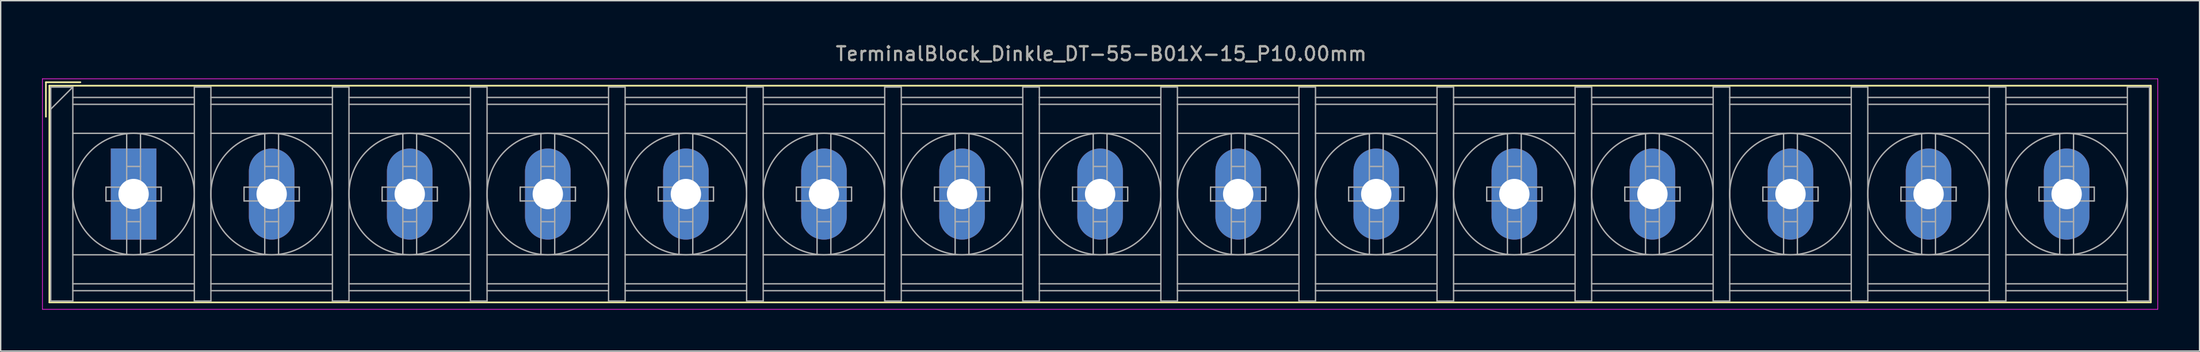
<source format=kicad_pcb>
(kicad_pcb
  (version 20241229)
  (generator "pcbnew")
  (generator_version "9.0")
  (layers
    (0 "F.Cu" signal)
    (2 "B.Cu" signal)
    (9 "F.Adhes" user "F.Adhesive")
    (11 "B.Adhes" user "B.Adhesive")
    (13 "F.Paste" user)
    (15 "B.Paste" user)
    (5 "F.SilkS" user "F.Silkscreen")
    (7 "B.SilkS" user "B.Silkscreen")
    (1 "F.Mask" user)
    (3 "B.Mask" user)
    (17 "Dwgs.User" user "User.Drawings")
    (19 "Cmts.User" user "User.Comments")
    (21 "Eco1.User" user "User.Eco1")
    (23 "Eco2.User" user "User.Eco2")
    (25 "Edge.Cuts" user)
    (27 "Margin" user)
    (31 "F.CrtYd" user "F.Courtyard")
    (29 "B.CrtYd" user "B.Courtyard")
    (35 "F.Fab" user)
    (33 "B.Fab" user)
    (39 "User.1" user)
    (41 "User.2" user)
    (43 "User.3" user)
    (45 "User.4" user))
  (footprint "TerminalBlock_Dinkle_DT-55-B01X-15_P10.00mm"
    (layer "F.Cu")
    (at 6.625 11.008)
    (property "Reference" "TerminalBlock_Dinkle_DT-55-B01X-15_P10.00mm" (at 70.08 -10.16 0) (layer "F.SilkS") (effects (font (size 1 1) (thickness 0.15))))
    (attr through_hole)
    (fp_line (start -6.35 -8.1) (end -3.85 -8.1) (stroke (width 0.12) (type solid)) (layer "F.SilkS"))
    (fp_line (start -6.35 -5.6) (end -6.35 -8.1) (stroke (width 0.12) (type solid)) (layer "F.SilkS"))
    (fp_line (start -6.1 -7.85) (end 146.1 -7.85) (stroke (width 0.12) (type solid)) (layer "F.SilkS"))
    (fp_line (start -6.1 7.85) (end -6.1 -7.85) (stroke (width 0.12) (type solid)) (layer "F.SilkS"))
    (fp_line (start -6.1 7.85) (end 146.1 7.85) (stroke (width 0.12) (type solid)) (layer "F.SilkS"))
    (fp_line (start 146.1 -7.85) (end 146.1 7.85) (stroke (width 0.12) (type solid)) (layer "F.SilkS"))
    (fp_line (start -6.6 -8.35) (end 146.6 -8.35) (stroke (width 0.05) (type solid)) (layer "F.CrtYd"))
    (fp_line (start -6.6 8.35) (end -6.6 -8.35) (stroke (width 0.05) (type solid)) (layer "F.CrtYd"))
    (fp_line (start -6.6 8.35) (end 146.6 8.35) (stroke (width 0.05) (type solid)) (layer "F.CrtYd"))
    (fp_line (start 146.6 -8.35) (end 146.6 8.35) (stroke (width 0.05) (type solid)) (layer "F.CrtYd"))
    (fp_line (start -6 -7.75) (end -6 7.75) (stroke (width 0.1) (type solid)) (layer "F.Fab"))
    (fp_line (start -6 -7.75) (end -4.4 -7.75) (stroke (width 0.1) (type solid)) (layer "F.Fab"))
    (fp_line (start -6 7.75) (end -4.4 7.75) (stroke (width 0.1) (type solid)) (layer "F.Fab"))
    (fp_line (start -4.4 -7.75) (end -6 -6.15) (stroke (width 0.1) (type solid)) (layer "F.Fab"))
    (fp_line (start -4.4 -7.75) (end -4.4 7.75) (stroke (width 0.1) (type solid)) (layer "F.Fab"))
    (fp_line (start -4.4 -7) (end 4.4 -7) (stroke (width 0.1) (type solid)) (layer "F.Fab"))
    (fp_line (start -4.4 -6.5) (end 4.4 -6.5) (stroke (width 0.1) (type solid)) (layer "F.Fab"))
    (fp_line (start -4.4 -4.4) (end 4.4 -4.4) (stroke (width 0.1) (type solid)) (layer "F.Fab"))
    (fp_line (start -4.4 4.4) (end 4.4 4.4) (stroke (width 0.1) (type solid)) (layer "F.Fab"))
    (fp_line (start -4.4 6.5) (end 4.4 6.5) (stroke (width 0.1) (type solid)) (layer "F.Fab"))
    (fp_line (start -4.4 7) (end 4.4 7) (stroke (width 0.1) (type solid)) (layer "F.Fab"))
    (fp_line (start -2 -0.5) (end -2 0.5) (stroke (width 0.1) (type solid)) (layer "F.Fab"))
    (fp_line (start -2 0.5) (end -0.5 0.5) (stroke (width 0.1) (type solid)) (layer "F.Fab"))
    (fp_line (start -0.5 -4.35) (end -0.5 -0.5) (stroke (width 0.1) (type solid)) (layer "F.Fab"))
    (fp_line (start -0.5 -2) (end 0.5 -2) (stroke (width 0.1) (type solid)) (layer "F.Fab"))
    (fp_line (start -0.5 -0.5) (end -2 -0.5) (stroke (width 0.1) (type solid)) (layer "F.Fab"))
    (fp_line (start -0.5 0.5) (end -0.5 4.35) (stroke (width 0.1) (type solid)) (layer "F.Fab"))
    (fp_line (start -0.5 2) (end 0.5 2) (stroke (width 0.1) (type solid)) (layer "F.Fab"))
    (fp_line (start 0.5 -4.35) (end 0.5 -0.5) (stroke (width 0.1) (type solid)) (layer "F.Fab"))
    (fp_line (start 0.5 -0.5) (end 2 -0.5) (stroke (width 0.1) (type solid)) (layer "F.Fab"))
    (fp_line (start 0.5 0.5) (end 0.5 4.35) (stroke (width 0.1) (type solid)) (layer "F.Fab"))
    (fp_line (start 2 -0.5) (end 2 0.5) (stroke (width 0.1) (type solid)) (layer "F.Fab"))
    (fp_line (start 2 0.5) (end 0.5 0.5) (stroke (width 0.1) (type solid)) (layer "F.Fab"))
    (fp_line (start 4.4 -7.75) (end 4.4 7.75) (stroke (width 0.1) (type solid)) (layer "F.Fab"))
    (fp_line (start 4.4 -7.75) (end 5.6 -7.75) (stroke (width 0.1) (type solid)) (layer "F.Fab"))
    (fp_line (start 4.4 7.75) (end 5.6 7.75) (stroke (width 0.1) (type solid)) (layer "F.Fab"))
    (fp_line (start 5.6 -7.75) (end 5.6 7.75) (stroke (width 0.1) (type solid)) (layer "F.Fab"))
    (fp_line (start 5.6 -7) (end 14.4 -7) (stroke (width 0.1) (type solid)) (layer "F.Fab"))
    (fp_line (start 5.6 -6.5) (end 14.4 -6.5) (stroke (width 0.1) (type solid)) (layer "F.Fab"))
    (fp_line (start 5.6 -4.4) (end 14.4 -4.4) (stroke (width 0.1) (type solid)) (layer "F.Fab"))
    (fp_line (start 5.6 4.4) (end 14.4 4.4) (stroke (width 0.1) (type solid)) (layer "F.Fab"))
    (fp_line (start 5.6 6.5) (end 14.4 6.5) (stroke (width 0.1) (type solid)) (layer "F.Fab"))
    (fp_line (start 5.6 7) (end 14.4 7) (stroke (width 0.1) (type solid)) (layer "F.Fab"))
    (fp_line (start 8 -0.5) (end 8 0.5) (stroke (width 0.1) (type solid)) (layer "F.Fab"))
    (fp_line (start 8 0.5) (end 9.5 0.5) (stroke (width 0.1) (type solid)) (layer "F.Fab"))
    (fp_line (start 9.5 -4.35) (end 9.5 -0.5) (stroke (width 0.1) (type solid)) (layer "F.Fab"))
    (fp_line (start 9.5 -2) (end 10.5 -2) (stroke (width 0.1) (type solid)) (layer "F.Fab"))
    (fp_line (start 9.5 -0.5) (end 8 -0.5) (stroke (width 0.1) (type solid)) (layer "F.Fab"))
    (fp_line (start 9.5 0.5) (end 9.5 4.35) (stroke (width 0.1) (type solid)) (layer "F.Fab"))
    (fp_line (start 9.5 2) (end 10.5 2) (stroke (width 0.1) (type solid)) (layer "F.Fab"))
    (fp_line (start 10.5 -4.35) (end 10.5 -0.5) (stroke (width 0.1) (type solid)) (layer "F.Fab"))
    (fp_line (start 10.5 -0.5) (end 12 -0.5) (stroke (width 0.1) (type solid)) (layer "F.Fab"))
    (fp_line (start 10.5 0.5) (end 10.5 4.35) (stroke (width 0.1) (type solid)) (layer "F.Fab"))
    (fp_line (start 12 -0.5) (end 12 0.5) (stroke (width 0.1) (type solid)) (layer "F.Fab"))
    (fp_line (start 12 0.5) (end 10.5 0.5) (stroke (width 0.1) (type solid)) (layer "F.Fab"))
    (fp_line (start 14.4 -7.75) (end 14.4 7.75) (stroke (width 0.1) (type solid)) (layer "F.Fab"))
    (fp_line (start 14.4 -7.75) (end 15.6 -7.75) (stroke (width 0.1) (type solid)) (layer "F.Fab"))
    (fp_line (start 14.4 7.75) (end 15.6 7.75) (stroke (width 0.1) (type solid)) (layer "F.Fab"))
    (fp_line (start 15.6 -7.75) (end 15.6 7.75) (stroke (width 0.1) (type solid)) (layer "F.Fab"))
    (fp_line (start 15.6 -7) (end 24.4 -7) (stroke (width 0.1) (type solid)) (layer "F.Fab"))
    (fp_line (start 15.6 -6.5) (end 24.4 -6.5) (stroke (width 0.1) (type solid)) (layer "F.Fab"))
    (fp_line (start 15.6 -4.4) (end 24.4 -4.4) (stroke (width 0.1) (type solid)) (layer "F.Fab"))
    (fp_line (start 15.6 4.4) (end 24.4 4.4) (stroke (width 0.1) (type solid)) (layer "F.Fab"))
    (fp_line (start 15.6 6.5) (end 24.4 6.5) (stroke (width 0.1) (type solid)) (layer "F.Fab"))
    (fp_line (start 15.6 7) (end 24.4 7) (stroke (width 0.1) (type solid)) (layer "F.Fab"))
    (fp_line (start 18 -0.5) (end 18 0.5) (stroke (width 0.1) (type solid)) (layer "F.Fab"))
    (fp_line (start 18 0.5) (end 19.5 0.5) (stroke (width 0.1) (type solid)) (layer "F.Fab"))
    (fp_line (start 19.5 -4.35) (end 19.5 -0.5) (stroke (width 0.1) (type solid)) (layer "F.Fab"))
    (fp_line (start 19.5 -2) (end 20.5 -2) (stroke (width 0.1) (type solid)) (layer "F.Fab"))
    (fp_line (start 19.5 -0.5) (end 18 -0.5) (stroke (width 0.1) (type solid)) (layer "F.Fab"))
    (fp_line (start 19.5 0.5) (end 19.5 4.35) (stroke (width 0.1) (type solid)) (layer "F.Fab"))
    (fp_line (start 19.5 2) (end 20.5 2) (stroke (width 0.1) (type solid)) (layer "F.Fab"))
    (fp_line (start 20.5 -4.35) (end 20.5 -0.5) (stroke (width 0.1) (type solid)) (layer "F.Fab"))
    (fp_line (start 20.5 -0.5) (end 22 -0.5) (stroke (width 0.1) (type solid)) (layer "F.Fab"))
    (fp_line (start 20.5 0.5) (end 20.5 4.35) (stroke (width 0.1) (type solid)) (layer "F.Fab"))
    (fp_line (start 22 -0.5) (end 22 0.5) (stroke (width 0.1) (type solid)) (layer "F.Fab"))
    (fp_line (start 22 0.5) (end 20.5 0.5) (stroke (width 0.1) (type solid)) (layer "F.Fab"))
    (fp_line (start 24.4 -7.75) (end 24.4 7.75) (stroke (width 0.1) (type solid)) (layer "F.Fab"))
    (fp_line (start 24.4 -7.75) (end 25.6 -7.75) (stroke (width 0.1) (type solid)) (layer "F.Fab"))
    (fp_line (start 24.4 7.75) (end 25.6 7.75) (stroke (width 0.1) (type solid)) (layer "F.Fab"))
    (fp_line (start 25.6 -7.75) (end 25.6 7.75) (stroke (width 0.1) (type solid)) (layer "F.Fab"))
    (fp_line (start 25.6 -7) (end 34.4 -7) (stroke (width 0.1) (type solid)) (layer "F.Fab"))
    (fp_line (start 25.6 -6.5) (end 34.4 -6.5) (stroke (width 0.1) (type solid)) (layer "F.Fab"))
    (fp_line (start 25.6 -4.4) (end 34.4 -4.4) (stroke (width 0.1) (type solid)) (layer "F.Fab"))
    (fp_line (start 25.6 4.4) (end 34.4 4.4) (stroke (width 0.1) (type solid)) (layer "F.Fab"))
    (fp_line (start 25.6 6.5) (end 34.4 6.5) (stroke (width 0.1) (type solid)) (layer "F.Fab"))
    (fp_line (start 25.6 7) (end 34.4 7) (stroke (width 0.1) (type solid)) (layer "F.Fab"))
    (fp_line (start 28 -0.5) (end 28 0.5) (stroke (width 0.1) (type solid)) (layer "F.Fab"))
    (fp_line (start 28 0.5) (end 29.5 0.5) (stroke (width 0.1) (type solid)) (layer "F.Fab"))
    (fp_line (start 29.5 -4.35) (end 29.5 -0.5) (stroke (width 0.1) (type solid)) (layer "F.Fab"))
    (fp_line (start 29.5 -2) (end 30.5 -2) (stroke (width 0.1) (type solid)) (layer "F.Fab"))
    (fp_line (start 29.5 -0.5) (end 28 -0.5) (stroke (width 0.1) (type solid)) (layer "F.Fab"))
    (fp_line (start 29.5 0.5) (end 29.5 4.35) (stroke (width 0.1) (type solid)) (layer "F.Fab"))
    (fp_line (start 29.5 2) (end 30.5 2) (stroke (width 0.1) (type solid)) (layer "F.Fab"))
    (fp_line (start 30.5 -4.35) (end 30.5 -0.5) (stroke (width 0.1) (type solid)) (layer "F.Fab"))
    (fp_line (start 30.5 -0.5) (end 32 -0.5) (stroke (width 0.1) (type solid)) (layer "F.Fab"))
    (fp_line (start 30.5 0.5) (end 30.5 4.35) (stroke (width 0.1) (type solid)) (layer "F.Fab"))
    (fp_line (start 32 -0.5) (end 32 0.5) (stroke (width 0.1) (type solid)) (layer "F.Fab"))
    (fp_line (start 32 0.5) (end 30.5 0.5) (stroke (width 0.1) (type solid)) (layer "F.Fab"))
    (fp_line (start 34.4 -7.75) (end 34.4 7.75) (stroke (width 0.1) (type solid)) (layer "F.Fab"))
    (fp_line (start 34.4 -7.75) (end 35.6 -7.75) (stroke (width 0.1) (type solid)) (layer "F.Fab"))
    (fp_line (start 34.4 7.75) (end 35.6 7.75) (stroke (width 0.1) (type solid)) (layer "F.Fab"))
    (fp_line (start 35.6 -7.75) (end 35.6 7.75) (stroke (width 0.1) (type solid)) (layer "F.Fab"))
    (fp_line (start 35.6 -7) (end 44.4 -7) (stroke (width 0.1) (type solid)) (layer "F.Fab"))
    (fp_line (start 35.6 -6.5) (end 44.4 -6.5) (stroke (width 0.1) (type solid)) (layer "F.Fab"))
    (fp_line (start 35.6 -4.4) (end 44.4 -4.4) (stroke (width 0.1) (type solid)) (layer "F.Fab"))
    (fp_line (start 35.6 4.4) (end 44.4 4.4) (stroke (width 0.1) (type solid)) (layer "F.Fab"))
    (fp_line (start 35.6 6.5) (end 44.4 6.5) (stroke (width 0.1) (type solid)) (layer "F.Fab"))
    (fp_line (start 35.6 7) (end 44.4 7) (stroke (width 0.1) (type solid)) (layer "F.Fab"))
    (fp_line (start 38 -0.5) (end 38 0.5) (stroke (width 0.1) (type solid)) (layer "F.Fab"))
    (fp_line (start 38 0.5) (end 39.5 0.5) (stroke (width 0.1) (type solid)) (layer "F.Fab"))
    (fp_line (start 39.5 -4.35) (end 39.5 -0.5) (stroke (width 0.1) (type solid)) (layer "F.Fab"))
    (fp_line (start 39.5 -2) (end 40.5 -2) (stroke (width 0.1) (type solid)) (layer "F.Fab"))
    (fp_line (start 39.5 -0.5) (end 38 -0.5) (stroke (width 0.1) (type solid)) (layer "F.Fab"))
    (fp_line (start 39.5 0.5) (end 39.5 4.35) (stroke (width 0.1) (type solid)) (layer "F.Fab"))
    (fp_line (start 39.5 2) (end 40.5 2) (stroke (width 0.1) (type solid)) (layer "F.Fab"))
    (fp_line (start 40.5 -4.35) (end 40.5 -0.5) (stroke (width 0.1) (type solid)) (layer "F.Fab"))
    (fp_line (start 40.5 -0.5) (end 42 -0.5) (stroke (width 0.1) (type solid)) (layer "F.Fab"))
    (fp_line (start 40.5 0.5) (end 40.5 4.35) (stroke (width 0.1) (type solid)) (layer "F.Fab"))
    (fp_line (start 42 -0.5) (end 42 0.5) (stroke (width 0.1) (type solid)) (layer "F.Fab"))
    (fp_line (start 42 0.5) (end 40.5 0.5) (stroke (width 0.1) (type solid)) (layer "F.Fab"))
    (fp_line (start 44.4 -7.75) (end 44.4 7.75) (stroke (width 0.1) (type solid)) (layer "F.Fab"))
    (fp_line (start 44.4 -7.75) (end 45.6 -7.75) (stroke (width 0.1) (type solid)) (layer "F.Fab"))
    (fp_line (start 44.4 7.75) (end 45.6 7.75) (stroke (width 0.1) (type solid)) (layer "F.Fab"))
    (fp_line (start 45.6 -7.75) (end 45.6 7.75) (stroke (width 0.1) (type solid)) (layer "F.Fab"))
    (fp_line (start 45.6 -7) (end 54.4 -7) (stroke (width 0.1) (type solid)) (layer "F.Fab"))
    (fp_line (start 45.6 -6.5) (end 54.4 -6.5) (stroke (width 0.1) (type solid)) (layer "F.Fab"))
    (fp_line (start 45.6 -4.4) (end 54.4 -4.4) (stroke (width 0.1) (type solid)) (layer "F.Fab"))
    (fp_line (start 45.6 4.4) (end 54.4 4.4) (stroke (width 0.1) (type solid)) (layer "F.Fab"))
    (fp_line (start 45.6 6.5) (end 54.4 6.5) (stroke (width 0.1) (type solid)) (layer "F.Fab"))
    (fp_line (start 45.6 7) (end 54.4 7) (stroke (width 0.1) (type solid)) (layer "F.Fab"))
    (fp_line (start 48 -0.5) (end 48 0.5) (stroke (width 0.1) (type solid)) (layer "F.Fab"))
    (fp_line (start 48 0.5) (end 49.5 0.5) (stroke (width 0.1) (type solid)) (layer "F.Fab"))
    (fp_line (start 49.5 -4.35) (end 49.5 -0.5) (stroke (width 0.1) (type solid)) (layer "F.Fab"))
    (fp_line (start 49.5 -2) (end 50.5 -2) (stroke (width 0.1) (type solid)) (layer "F.Fab"))
    (fp_line (start 49.5 -0.5) (end 48 -0.5) (stroke (width 0.1) (type solid)) (layer "F.Fab"))
    (fp_line (start 49.5 0.5) (end 49.5 4.35) (stroke (width 0.1) (type solid)) (layer "F.Fab"))
    (fp_line (start 49.5 2) (end 50.5 2) (stroke (width 0.1) (type solid)) (layer "F.Fab"))
    (fp_line (start 50.5 -4.35) (end 50.5 -0.5) (stroke (width 0.1) (type solid)) (layer "F.Fab"))
    (fp_line (start 50.5 -0.5) (end 52 -0.5) (stroke (width 0.1) (type solid)) (layer "F.Fab"))
    (fp_line (start 50.5 0.5) (end 50.5 4.35) (stroke (width 0.1) (type solid)) (layer "F.Fab"))
    (fp_line (start 52 -0.5) (end 52 0.5) (stroke (width 0.1) (type solid)) (layer "F.Fab"))
    (fp_line (start 52 0.5) (end 50.5 0.5) (stroke (width 0.1) (type solid)) (layer "F.Fab"))
    (fp_line (start 54.4 -7.75) (end 54.4 7.75) (stroke (width 0.1) (type solid)) (layer "F.Fab"))
    (fp_line (start 54.4 -7.75) (end 55.6 -7.75) (stroke (width 0.1) (type solid)) (layer "F.Fab"))
    (fp_line (start 54.4 7.75) (end 55.6 7.75) (stroke (width 0.1) (type solid)) (layer "F.Fab"))
    (fp_line (start 55.6 -7.75) (end 55.6 7.75) (stroke (width 0.1) (type solid)) (layer "F.Fab"))
    (fp_line (start 55.6 -7) (end 64.4 -7) (stroke (width 0.1) (type solid)) (layer "F.Fab"))
    (fp_line (start 55.6 -6.5) (end 64.4 -6.5) (stroke (width 0.1) (type solid)) (layer "F.Fab"))
    (fp_line (start 55.6 -4.4) (end 64.4 -4.4) (stroke (width 0.1) (type solid)) (layer "F.Fab"))
    (fp_line (start 55.6 4.4) (end 64.4 4.4) (stroke (width 0.1) (type solid)) (layer "F.Fab"))
    (fp_line (start 55.6 6.5) (end 64.4 6.5) (stroke (width 0.1) (type solid)) (layer "F.Fab"))
    (fp_line (start 55.6 7) (end 64.4 7) (stroke (width 0.1) (type solid)) (layer "F.Fab"))
    (fp_line (start 58 -0.5) (end 58 0.5) (stroke (width 0.1) (type solid)) (layer "F.Fab"))
    (fp_line (start 58 0.5) (end 59.5 0.5) (stroke (width 0.1) (type solid)) (layer "F.Fab"))
    (fp_line (start 59.5 -4.35) (end 59.5 -0.5) (stroke (width 0.1) (type solid)) (layer "F.Fab"))
    (fp_line (start 59.5 -2) (end 60.5 -2) (stroke (width 0.1) (type solid)) (layer "F.Fab"))
    (fp_line (start 59.5 -0.5) (end 58 -0.5) (stroke (width 0.1) (type solid)) (layer "F.Fab"))
    (fp_line (start 59.5 0.5) (end 59.5 4.35) (stroke (width 0.1) (type solid)) (layer "F.Fab"))
    (fp_line (start 59.5 2) (end 60.5 2) (stroke (width 0.1) (type solid)) (layer "F.Fab"))
    (fp_line (start 60.5 -4.35) (end 60.5 -0.5) (stroke (width 0.1) (type solid)) (layer "F.Fab"))
    (fp_line (start 60.5 -0.5) (end 62 -0.5) (stroke (width 0.1) (type solid)) (layer "F.Fab"))
    (fp_line (start 60.5 0.5) (end 60.5 4.35) (stroke (width 0.1) (type solid)) (layer "F.Fab"))
    (fp_line (start 62 -0.5) (end 62 0.5) (stroke (width 0.1) (type solid)) (layer "F.Fab"))
    (fp_line (start 62 0.5) (end 60.5 0.5) (stroke (width 0.1) (type solid)) (layer "F.Fab"))
    (fp_line (start 64.4 -7.75) (end 64.4 7.75) (stroke (width 0.1) (type solid)) (layer "F.Fab"))
    (fp_line (start 64.4 -7.75) (end 65.6 -7.75) (stroke (width 0.1) (type solid)) (layer "F.Fab"))
    (fp_line (start 64.4 7.75) (end 65.6 7.75) (stroke (width 0.1) (type solid)) (layer "F.Fab"))
    (fp_line (start 65.6 -7.75) (end 65.6 7.75) (stroke (width 0.1) (type solid)) (layer "F.Fab"))
    (fp_line (start 65.6 -7) (end 74.4 -7) (stroke (width 0.1) (type solid)) (layer "F.Fab"))
    (fp_line (start 65.6 -6.5) (end 74.4 -6.5) (stroke (width 0.1) (type solid)) (layer "F.Fab"))
    (fp_line (start 65.6 -4.4) (end 74.4 -4.4) (stroke (width 0.1) (type solid)) (layer "F.Fab"))
    (fp_line (start 65.6 4.4) (end 74.4 4.4) (stroke (width 0.1) (type solid)) (layer "F.Fab"))
    (fp_line (start 65.6 6.5) (end 74.4 6.5) (stroke (width 0.1) (type solid)) (layer "F.Fab"))
    (fp_line (start 65.6 7) (end 74.4 7) (stroke (width 0.1) (type solid)) (layer "F.Fab"))
    (fp_line (start 68 -0.5) (end 68 0.5) (stroke (width 0.1) (type solid)) (layer "F.Fab"))
    (fp_line (start 68 0.5) (end 69.5 0.5) (stroke (width 0.1) (type solid)) (layer "F.Fab"))
    (fp_line (start 69.5 -4.35) (end 69.5 -0.5) (stroke (width 0.1) (type solid)) (layer "F.Fab"))
    (fp_line (start 69.5 -2) (end 70.5 -2) (stroke (width 0.1) (type solid)) (layer "F.Fab"))
    (fp_line (start 69.5 -0.5) (end 68 -0.5) (stroke (width 0.1) (type solid)) (layer "F.Fab"))
    (fp_line (start 69.5 0.5) (end 69.5 4.35) (stroke (width 0.1) (type solid)) (layer "F.Fab"))
    (fp_line (start 69.5 2) (end 70.5 2) (stroke (width 0.1) (type solid)) (layer "F.Fab"))
    (fp_line (start 70.5 -4.35) (end 70.5 -0.5) (stroke (width 0.1) (type solid)) (layer "F.Fab"))
    (fp_line (start 70.5 -0.5) (end 72 -0.5) (stroke (width 0.1) (type solid)) (layer "F.Fab"))
    (fp_line (start 70.5 0.5) (end 70.5 4.35) (stroke (width 0.1) (type solid)) (layer "F.Fab"))
    (fp_line (start 72 -0.5) (end 72 0.5) (stroke (width 0.1) (type solid)) (layer "F.Fab"))
    (fp_line (start 72 0.5) (end 70.5 0.5) (stroke (width 0.1) (type solid)) (layer "F.Fab"))
    (fp_line (start 74.4 -7.75) (end 74.4 7.75) (stroke (width 0.1) (type solid)) (layer "F.Fab"))
    (fp_line (start 74.4 -7.75) (end 75.6 -7.75) (stroke (width 0.1) (type solid)) (layer "F.Fab"))
    (fp_line (start 74.4 7.75) (end 75.6 7.75) (stroke (width 0.1) (type solid)) (layer "F.Fab"))
    (fp_line (start 75.6 -7.75) (end 75.6 7.75) (stroke (width 0.1) (type solid)) (layer "F.Fab"))
    (fp_line (start 75.6 -7) (end 84.4 -7) (stroke (width 0.1) (type solid)) (layer "F.Fab"))
    (fp_line (start 75.6 -6.5) (end 84.4 -6.5) (stroke (width 0.1) (type solid)) (layer "F.Fab"))
    (fp_line (start 75.6 -4.4) (end 84.4 -4.4) (stroke (width 0.1) (type solid)) (layer "F.Fab"))
    (fp_line (start 75.6 4.4) (end 84.4 4.4) (stroke (width 0.1) (type solid)) (layer "F.Fab"))
    (fp_line (start 75.6 6.5) (end 84.4 6.5) (stroke (width 0.1) (type solid)) (layer "F.Fab"))
    (fp_line (start 75.6 7) (end 84.4 7) (stroke (width 0.1) (type solid)) (layer "F.Fab"))
    (fp_line (start 78 -0.5) (end 78 0.5) (stroke (width 0.1) (type solid)) (layer "F.Fab"))
    (fp_line (start 78 0.5) (end 79.5 0.5) (stroke (width 0.1) (type solid)) (layer "F.Fab"))
    (fp_line (start 79.5 -4.35) (end 79.5 -0.5) (stroke (width 0.1) (type solid)) (layer "F.Fab"))
    (fp_line (start 79.5 -2) (end 80.5 -2) (stroke (width 0.1) (type solid)) (layer "F.Fab"))
    (fp_line (start 79.5 -0.5) (end 78 -0.5) (stroke (width 0.1) (type solid)) (layer "F.Fab"))
    (fp_line (start 79.5 0.5) (end 79.5 4.35) (stroke (width 0.1) (type solid)) (layer "F.Fab"))
    (fp_line (start 79.5 2) (end 80.5 2) (stroke (width 0.1) (type solid)) (layer "F.Fab"))
    (fp_line (start 80.5 -4.35) (end 80.5 -0.5) (stroke (width 0.1) (type solid)) (layer "F.Fab"))
    (fp_line (start 80.5 -0.5) (end 82 -0.5) (stroke (width 0.1) (type solid)) (layer "F.Fab"))
    (fp_line (start 80.5 0.5) (end 80.5 4.35) (stroke (width 0.1) (type solid)) (layer "F.Fab"))
    (fp_line (start 82 -0.5) (end 82 0.5) (stroke (width 0.1) (type solid)) (layer "F.Fab"))
    (fp_line (start 82 0.5) (end 80.5 0.5) (stroke (width 0.1) (type solid)) (layer "F.Fab"))
    (fp_line (start 84.4 -7.75) (end 84.4 7.75) (stroke (width 0.1) (type solid)) (layer "F.Fab"))
    (fp_line (start 84.4 -7.75) (end 85.6 -7.75) (stroke (width 0.1) (type solid)) (layer "F.Fab"))
    (fp_line (start 84.4 7.75) (end 85.6 7.75) (stroke (width 0.1) (type solid)) (layer "F.Fab"))
    (fp_line (start 85.6 -7.75) (end 85.6 7.75) (stroke (width 0.1) (type solid)) (layer "F.Fab"))
    (fp_line (start 85.6 -7) (end 94.4 -7) (stroke (width 0.1) (type solid)) (layer "F.Fab"))
    (fp_line (start 85.6 -6.5) (end 94.4 -6.5) (stroke (width 0.1) (type solid)) (layer "F.Fab"))
    (fp_line (start 85.6 -4.4) (end 94.4 -4.4) (stroke (width 0.1) (type solid)) (layer "F.Fab"))
    (fp_line (start 85.6 4.4) (end 94.4 4.4) (stroke (width 0.1) (type solid)) (layer "F.Fab"))
    (fp_line (start 85.6 6.5) (end 94.4 6.5) (stroke (width 0.1) (type solid)) (layer "F.Fab"))
    (fp_line (start 85.6 7) (end 94.4 7) (stroke (width 0.1) (type solid)) (layer "F.Fab"))
    (fp_line (start 88 -0.5) (end 88 0.5) (stroke (width 0.1) (type solid)) (layer "F.Fab"))
    (fp_line (start 88 0.5) (end 89.5 0.5) (stroke (width 0.1) (type solid)) (layer "F.Fab"))
    (fp_line (start 89.5 -4.35) (end 89.5 -0.5) (stroke (width 0.1) (type solid)) (layer "F.Fab"))
    (fp_line (start 89.5 -2) (end 90.5 -2) (stroke (width 0.1) (type solid)) (layer "F.Fab"))
    (fp_line (start 89.5 -0.5) (end 88 -0.5) (stroke (width 0.1) (type solid)) (layer "F.Fab"))
    (fp_line (start 89.5 0.5) (end 89.5 4.35) (stroke (width 0.1) (type solid)) (layer "F.Fab"))
    (fp_line (start 89.5 2) (end 90.5 2) (stroke (width 0.1) (type solid)) (layer "F.Fab"))
    (fp_line (start 90.5 -4.35) (end 90.5 -0.5) (stroke (width 0.1) (type solid)) (layer "F.Fab"))
    (fp_line (start 90.5 -0.5) (end 92 -0.5) (stroke (width 0.1) (type solid)) (layer "F.Fab"))
    (fp_line (start 90.5 0.5) (end 90.5 4.35) (stroke (width 0.1) (type solid)) (layer "F.Fab"))
    (fp_line (start 92 -0.5) (end 92 0.5) (stroke (width 0.1) (type solid)) (layer "F.Fab"))
    (fp_line (start 92 0.5) (end 90.5 0.5) (stroke (width 0.1) (type solid)) (layer "F.Fab"))
    (fp_line (start 94.4 -7.75) (end 94.4 7.75) (stroke (width 0.1) (type solid)) (layer "F.Fab"))
    (fp_line (start 94.4 -7.75) (end 95.6 -7.75) (stroke (width 0.1) (type solid)) (layer "F.Fab"))
    (fp_line (start 94.4 7.75) (end 95.6 7.75) (stroke (width 0.1) (type solid)) (layer "F.Fab"))
    (fp_line (start 95.6 -7.75) (end 95.6 7.75) (stroke (width 0.1) (type solid)) (layer "F.Fab"))
    (fp_line (start 95.6 -7) (end 104.4 -7) (stroke (width 0.1) (type solid)) (layer "F.Fab"))
    (fp_line (start 95.6 -6.5) (end 104.4 -6.5) (stroke (width 0.1) (type solid)) (layer "F.Fab"))
    (fp_line (start 95.6 -4.4) (end 104.4 -4.4) (stroke (width 0.1) (type solid)) (layer "F.Fab"))
    (fp_line (start 95.6 4.4) (end 104.4 4.4) (stroke (width 0.1) (type solid)) (layer "F.Fab"))
    (fp_line (start 95.6 6.5) (end 104.4 6.5) (stroke (width 0.1) (type solid)) (layer "F.Fab"))
    (fp_line (start 95.6 7) (end 104.4 7) (stroke (width 0.1) (type solid)) (layer "F.Fab"))
    (fp_line (start 98 -0.5) (end 98 0.5) (stroke (width 0.1) (type solid)) (layer "F.Fab"))
    (fp_line (start 98 0.5) (end 99.5 0.5) (stroke (width 0.1) (type solid)) (layer "F.Fab"))
    (fp_line (start 99.5 -4.35) (end 99.5 -0.5) (stroke (width 0.1) (type solid)) (layer "F.Fab"))
    (fp_line (start 99.5 -2) (end 100.5 -2) (stroke (width 0.1) (type solid)) (layer "F.Fab"))
    (fp_line (start 99.5 -0.5) (end 98 -0.5) (stroke (width 0.1) (type solid)) (layer "F.Fab"))
    (fp_line (start 99.5 0.5) (end 99.5 4.35) (stroke (width 0.1) (type solid)) (layer "F.Fab"))
    (fp_line (start 99.5 2) (end 100.5 2) (stroke (width 0.1) (type solid)) (layer "F.Fab"))
    (fp_line (start 100.5 -4.35) (end 100.5 -0.5) (stroke (width 0.1) (type solid)) (layer "F.Fab"))
    (fp_line (start 100.5 -0.5) (end 102 -0.5) (stroke (width 0.1) (type solid)) (layer "F.Fab"))
    (fp_line (start 100.5 0.5) (end 100.5 4.35) (stroke (width 0.1) (type solid)) (layer "F.Fab"))
    (fp_line (start 102 -0.5) (end 102 0.5) (stroke (width 0.1) (type solid)) (layer "F.Fab"))
    (fp_line (start 102 0.5) (end 100.5 0.5) (stroke (width 0.1) (type solid)) (layer "F.Fab"))
    (fp_line (start 104.4 -7.75) (end 104.4 7.75) (stroke (width 0.1) (type solid)) (layer "F.Fab"))
    (fp_line (start 104.4 -7.75) (end 105.6 -7.75) (stroke (width 0.1) (type solid)) (layer "F.Fab"))
    (fp_line (start 104.4 7.75) (end 105.6 7.75) (stroke (width 0.1) (type solid)) (layer "F.Fab"))
    (fp_line (start 105.6 -7.75) (end 105.6 7.75) (stroke (width 0.1) (type solid)) (layer "F.Fab"))
    (fp_line (start 105.6 -7) (end 114.4 -7) (stroke (width 0.1) (type solid)) (layer "F.Fab"))
    (fp_line (start 105.6 -6.5) (end 114.4 -6.5) (stroke (width 0.1) (type solid)) (layer "F.Fab"))
    (fp_line (start 105.6 -4.4) (end 114.4 -4.4) (stroke (width 0.1) (type solid)) (layer "F.Fab"))
    (fp_line (start 105.6 4.4) (end 114.4 4.4) (stroke (width 0.1) (type solid)) (layer "F.Fab"))
    (fp_line (start 105.6 6.5) (end 114.4 6.5) (stroke (width 0.1) (type solid)) (layer "F.Fab"))
    (fp_line (start 105.6 7) (end 114.4 7) (stroke (width 0.1) (type solid)) (layer "F.Fab"))
    (fp_line (start 108 -0.5) (end 108 0.5) (stroke (width 0.1) (type solid)) (layer "F.Fab"))
    (fp_line (start 108 0.5) (end 109.5 0.5) (stroke (width 0.1) (type solid)) (layer "F.Fab"))
    (fp_line (start 109.5 -4.35) (end 109.5 -0.5) (stroke (width 0.1) (type solid)) (layer "F.Fab"))
    (fp_line (start 109.5 -2) (end 110.5 -2) (stroke (width 0.1) (type solid)) (layer "F.Fab"))
    (fp_line (start 109.5 -0.5) (end 108 -0.5) (stroke (width 0.1) (type solid)) (layer "F.Fab"))
    (fp_line (start 109.5 0.5) (end 109.5 4.35) (stroke (width 0.1) (type solid)) (layer "F.Fab"))
    (fp_line (start 109.5 2) (end 110.5 2) (stroke (width 0.1) (type solid)) (layer "F.Fab"))
    (fp_line (start 110.5 -4.35) (end 110.5 -0.5) (stroke (width 0.1) (type solid)) (layer "F.Fab"))
    (fp_line (start 110.5 -0.5) (end 112 -0.5) (stroke (width 0.1) (type solid)) (layer "F.Fab"))
    (fp_line (start 110.5 0.5) (end 110.5 4.35) (stroke (width 0.1) (type solid)) (layer "F.Fab"))
    (fp_line (start 112 -0.5) (end 112 0.5) (stroke (width 0.1) (type solid)) (layer "F.Fab"))
    (fp_line (start 112 0.5) (end 110.5 0.5) (stroke (width 0.1) (type solid)) (layer "F.Fab"))
    (fp_line (start 114.4 -7.75) (end 114.4 7.75) (stroke (width 0.1) (type solid)) (layer "F.Fab"))
    (fp_line (start 114.4 -7.75) (end 115.6 -7.75) (stroke (width 0.1) (type solid)) (layer "F.Fab"))
    (fp_line (start 114.4 7.75) (end 115.6 7.75) (stroke (width 0.1) (type solid)) (layer "F.Fab"))
    (fp_line (start 115.6 -7.75) (end 115.6 7.75) (stroke (width 0.1) (type solid)) (layer "F.Fab"))
    (fp_line (start 115.6 -7) (end 124.4 -7) (stroke (width 0.1) (type solid)) (layer "F.Fab"))
    (fp_line (start 115.6 -6.5) (end 124.4 -6.5) (stroke (width 0.1) (type solid)) (layer "F.Fab"))
    (fp_line (start 115.6 -4.4) (end 124.4 -4.4) (stroke (width 0.1) (type solid)) (layer "F.Fab"))
    (fp_line (start 115.6 4.4) (end 124.4 4.4) (stroke (width 0.1) (type solid)) (layer "F.Fab"))
    (fp_line (start 115.6 6.5) (end 124.4 6.5) (stroke (width 0.1) (type solid)) (layer "F.Fab"))
    (fp_line (start 115.6 7) (end 124.4 7) (stroke (width 0.1) (type solid)) (layer "F.Fab"))
    (fp_line (start 118 -0.5) (end 118 0.5) (stroke (width 0.1) (type solid)) (layer "F.Fab"))
    (fp_line (start 118 0.5) (end 119.5 0.5) (stroke (width 0.1) (type solid)) (layer "F.Fab"))
    (fp_line (start 119.5 -4.35) (end 119.5 -0.5) (stroke (width 0.1) (type solid)) (layer "F.Fab"))
    (fp_line (start 119.5 -2) (end 120.5 -2) (stroke (width 0.1) (type solid)) (layer "F.Fab"))
    (fp_line (start 119.5 -0.5) (end 118 -0.5) (stroke (width 0.1) (type solid)) (layer "F.Fab"))
    (fp_line (start 119.5 0.5) (end 119.5 4.35) (stroke (width 0.1) (type solid)) (layer "F.Fab"))
    (fp_line (start 119.5 2) (end 120.5 2) (stroke (width 0.1) (type solid)) (layer "F.Fab"))
    (fp_line (start 120.5 -4.35) (end 120.5 -0.5) (stroke (width 0.1) (type solid)) (layer "F.Fab"))
    (fp_line (start 120.5 -0.5) (end 122 -0.5) (stroke (width 0.1) (type solid)) (layer "F.Fab"))
    (fp_line (start 120.5 0.5) (end 120.5 4.35) (stroke (width 0.1) (type solid)) (layer "F.Fab"))
    (fp_line (start 122 -0.5) (end 122 0.5) (stroke (width 0.1) (type solid)) (layer "F.Fab"))
    (fp_line (start 122 0.5) (end 120.5 0.5) (stroke (width 0.1) (type solid)) (layer "F.Fab"))
    (fp_line (start 124.4 -7.75) (end 124.4 7.75) (stroke (width 0.1) (type solid)) (layer "F.Fab"))
    (fp_line (start 124.4 -7.75) (end 125.6 -7.75) (stroke (width 0.1) (type solid)) (layer "F.Fab"))
    (fp_line (start 124.4 7.75) (end 125.6 7.75) (stroke (width 0.1) (type solid)) (layer "F.Fab"))
    (fp_line (start 125.6 -7.75) (end 125.6 7.75) (stroke (width 0.1) (type solid)) (layer "F.Fab"))
    (fp_line (start 125.6 -7) (end 134.4 -7) (stroke (width 0.1) (type solid)) (layer "F.Fab"))
    (fp_line (start 125.6 -6.5) (end 134.4 -6.5) (stroke (width 0.1) (type solid)) (layer "F.Fab"))
    (fp_line (start 125.6 -4.4) (end 134.4 -4.4) (stroke (width 0.1) (type solid)) (layer "F.Fab"))
    (fp_line (start 125.6 4.4) (end 134.4 4.4) (stroke (width 0.1) (type solid)) (layer "F.Fab"))
    (fp_line (start 125.6 6.5) (end 134.4 6.5) (stroke (width 0.1) (type solid)) (layer "F.Fab"))
    (fp_line (start 125.6 7) (end 134.4 7) (stroke (width 0.1) (type solid)) (layer "F.Fab"))
    (fp_line (start 128 -0.5) (end 128 0.5) (stroke (width 0.1) (type solid)) (layer "F.Fab"))
    (fp_line (start 128 0.5) (end 129.5 0.5) (stroke (width 0.1) (type solid)) (layer "F.Fab"))
    (fp_line (start 129.5 -4.35) (end 129.5 -0.5) (stroke (width 0.1) (type solid)) (layer "F.Fab"))
    (fp_line (start 129.5 -2) (end 130.5 -2) (stroke (width 0.1) (type solid)) (layer "F.Fab"))
    (fp_line (start 129.5 -0.5) (end 128 -0.5) (stroke (width 0.1) (type solid)) (layer "F.Fab"))
    (fp_line (start 129.5 0.5) (end 129.5 4.35) (stroke (width 0.1) (type solid)) (layer "F.Fab"))
    (fp_line (start 129.5 2) (end 130.5 2) (stroke (width 0.1) (type solid)) (layer "F.Fab"))
    (fp_line (start 130.5 -4.35) (end 130.5 -0.5) (stroke (width 0.1) (type solid)) (layer "F.Fab"))
    (fp_line (start 130.5 -0.5) (end 132 -0.5) (stroke (width 0.1) (type solid)) (layer "F.Fab"))
    (fp_line (start 130.5 0.5) (end 130.5 4.35) (stroke (width 0.1) (type solid)) (layer "F.Fab"))
    (fp_line (start 132 -0.5) (end 132 0.5) (stroke (width 0.1) (type solid)) (layer "F.Fab"))
    (fp_line (start 132 0.5) (end 130.5 0.5) (stroke (width 0.1) (type solid)) (layer "F.Fab"))
    (fp_line (start 134.4 -7.75) (end 134.4 7.75) (stroke (width 0.1) (type solid)) (layer "F.Fab"))
    (fp_line (start 134.4 -7.75) (end 135.6 -7.75) (stroke (width 0.1) (type solid)) (layer "F.Fab"))
    (fp_line (start 134.4 7.75) (end 135.6 7.75) (stroke (width 0.1) (type solid)) (layer "F.Fab"))
    (fp_line (start 135.6 -7.75) (end 135.6 7.75) (stroke (width 0.1) (type solid)) (layer "F.Fab"))
    (fp_line (start 135.6 -7) (end 144.4 -7) (stroke (width 0.1) (type solid)) (layer "F.Fab"))
    (fp_line (start 135.6 -6.5) (end 144.4 -6.5) (stroke (width 0.1) (type solid)) (layer "F.Fab"))
    (fp_line (start 135.6 -4.4) (end 144.4 -4.4) (stroke (width 0.1) (type solid)) (layer "F.Fab"))
    (fp_line (start 135.6 4.4) (end 144.4 4.4) (stroke (width 0.1) (type solid)) (layer "F.Fab"))
    (fp_line (start 135.6 6.5) (end 144.4 6.5) (stroke (width 0.1) (type solid)) (layer "F.Fab"))
    (fp_line (start 135.6 7) (end 144.4 7) (stroke (width 0.1) (type solid)) (layer "F.Fab"))
    (fp_line (start 138 -0.5) (end 138 0.5) (stroke (width 0.1) (type solid)) (layer "F.Fab"))
    (fp_line (start 138 0.5) (end 139.5 0.5) (stroke (width 0.1) (type solid)) (layer "F.Fab"))
    (fp_line (start 139.5 -4.35) (end 139.5 -0.5) (stroke (width 0.1) (type solid)) (layer "F.Fab"))
    (fp_line (start 139.5 -2) (end 140.5 -2) (stroke (width 0.1) (type solid)) (layer "F.Fab"))
    (fp_line (start 139.5 -0.5) (end 138 -0.5) (stroke (width 0.1) (type solid)) (layer "F.Fab"))
    (fp_line (start 139.5 0.5) (end 139.5 4.35) (stroke (width 0.1) (type solid)) (layer "F.Fab"))
    (fp_line (start 139.5 2) (end 140.5 2) (stroke (width 0.1) (type solid)) (layer "F.Fab"))
    (fp_line (start 140.5 -4.35) (end 140.5 -0.5) (stroke (width 0.1) (type solid)) (layer "F.Fab"))
    (fp_line (start 140.5 -0.5) (end 142 -0.5) (stroke (width 0.1) (type solid)) (layer "F.Fab"))
    (fp_line (start 140.5 0.5) (end 140.5 4.35) (stroke (width 0.1) (type solid)) (layer "F.Fab"))
    (fp_line (start 142 -0.5) (end 142 0.5) (stroke (width 0.1) (type solid)) (layer "F.Fab"))
    (fp_line (start 142 0.5) (end 140.5 0.5) (stroke (width 0.1) (type solid)) (layer "F.Fab"))
    (fp_line (start 144.4 -7.75) (end 144.4 7.75) (stroke (width 0.1) (type solid)) (layer "F.Fab"))
    (fp_line (start 144.4 -7.75) (end 146 -7.75) (stroke (width 0.1) (type solid)) (layer "F.Fab"))
    (fp_line (start 144.4 7.75) (end 146 7.75) (stroke (width 0.1) (type solid)) (layer "F.Fab"))
    (fp_line (start 146 -7.75) (end 146 7.75) (stroke (width 0.1) (type solid)) (layer "F.Fab"))
    (fp_circle (center 0 0) (end 0.5 0.5) (stroke (width 0.1) (type solid)) (fill no) (layer "F.Fab"))
    (fp_circle (center 0 0) (end 4.4 0) (stroke (width 0.1) (type solid)) (fill no) (layer "F.Fab"))
    (fp_circle (center 10 0) (end 10.5 0.5) (stroke (width 0.1) (type solid)) (fill no) (layer "F.Fab"))
    (fp_circle (center 10 0) (end 14.4 0) (stroke (width 0.1) (type solid)) (fill no) (layer "F.Fab"))
    (fp_circle (center 20 0) (end 20.5 0.5) (stroke (width 0.1) (type solid)) (fill no) (layer "F.Fab"))
    (fp_circle (center 20 0) (end 24.4 0) (stroke (width 0.1) (type solid)) (fill no) (layer "F.Fab"))
    (fp_circle (center 30 0) (end 30.5 0.5) (stroke (width 0.1) (type solid)) (fill no) (layer "F.Fab"))
    (fp_circle (center 30 0) (end 34.4 0) (stroke (width 0.1) (type solid)) (fill no) (layer "F.Fab"))
    (fp_circle (center 40 0) (end 40.5 0.5) (stroke (width 0.1) (type solid)) (fill no) (layer "F.Fab"))
    (fp_circle (center 40 0) (end 44.4 0) (stroke (width 0.1) (type solid)) (fill no) (layer "F.Fab"))
    (fp_circle (center 50 0) (end 50.5 0.5) (stroke (width 0.1) (type solid)) (fill no) (layer "F.Fab"))
    (fp_circle (center 50 0) (end 54.4 0) (stroke (width 0.1) (type solid)) (fill no) (layer "F.Fab"))
    (fp_circle (center 60 0) (end 60.5 0.5) (stroke (width 0.1) (type solid)) (fill no) (layer "F.Fab"))
    (fp_circle (center 60 0) (end 64.4 0) (stroke (width 0.1) (type solid)) (fill no) (layer "F.Fab"))
    (fp_circle (center 70 0) (end 70.5 0.5) (stroke (width 0.1) (type solid)) (fill no) (layer "F.Fab"))
    (fp_circle (center 70 0) (end 74.4 0) (stroke (width 0.1) (type solid)) (fill no) (layer "F.Fab"))
    (fp_circle (center 80 0) (end 80.5 0.5) (stroke (width 0.1) (type solid)) (fill no) (layer "F.Fab"))
    (fp_circle (center 80 0) (end 84.4 0) (stroke (width 0.1) (type solid)) (fill no) (layer "F.Fab"))
    (fp_circle (center 90 0) (end 90.5 0.5) (stroke (width 0.1) (type solid)) (fill no) (layer "F.Fab"))
    (fp_circle (center 90 0) (end 94.4 0) (stroke (width 0.1) (type solid)) (fill no) (layer "F.Fab"))
    (fp_circle (center 100 0) (end 100.5 0.5) (stroke (width 0.1) (type solid)) (fill no) (layer "F.Fab"))
    (fp_circle (center 100 0) (end 104.4 0) (stroke (width 0.1) (type solid)) (fill no) (layer "F.Fab"))
    (fp_circle (center 110 0) (end 110.5 0.5) (stroke (width 0.1) (type solid)) (fill no) (layer "F.Fab"))
    (fp_circle (center 110 0) (end 114.4 0) (stroke (width 0.1) (type solid)) (fill no) (layer "F.Fab"))
    (fp_circle (center 120 0) (end 120.5 0.5) (stroke (width 0.1) (type solid)) (fill no) (layer "F.Fab"))
    (fp_circle (center 120 0) (end 124.4 0) (stroke (width 0.1) (type solid)) (fill no) (layer "F.Fab"))
    (fp_circle (center 130 0) (end 130.5 0.5) (stroke (width 0.1) (type solid)) (fill no) (layer "F.Fab"))
    (fp_circle (center 130 0) (end 134.4 0) (stroke (width 0.1) (type solid)) (fill no) (layer "F.Fab"))
    (fp_circle (center 140 0) (end 140.5 0.5) (stroke (width 0.1) (type solid)) (fill no) (layer "F.Fab"))
    (fp_circle (center 140 0) (end 144.4 0) (stroke (width 0.1) (type solid)) (fill no) (layer "F.Fab"))
    (fp_text user "${REFERENCE}" (at 70.08 -10.16 0) (layer "F.Fab") (effects (font (size 1 1) (thickness 0.15))))
    (pad "1" thru_hole rect (at 0 0) (size 3.3 6.6) (drill 2.2) (layers "*.Cu" "*.Mask"))
    (pad "2" thru_hole oval (at 10 0) (size 3.3 6.6) (drill 2.2) (layers "*.Cu" "*.Mask"))
    (pad "3" thru_hole oval (at 20 0) (size 3.3 6.6) (drill 2.2) (layers "*.Cu" "*.Mask"))
    (pad "4" thru_hole oval (at 30 0) (size 3.3 6.6) (drill 2.2) (layers "*.Cu" "*.Mask"))
    (pad "5" thru_hole oval (at 40 0) (size 3.3 6.6) (drill 2.2) (layers "*.Cu" "*.Mask"))
    (pad "6" thru_hole oval (at 50 0) (size 3.3 6.6) (drill 2.2) (layers "*.Cu" "*.Mask"))
    (pad "7" thru_hole oval (at 60 0) (size 3.3 6.6) (drill 2.2) (layers "*.Cu" "*.Mask"))
    (pad "8" thru_hole oval (at 70 0) (size 3.3 6.6) (drill 2.2) (layers "*.Cu" "*.Mask"))
    (pad "9" thru_hole oval (at 80 0) (size 3.3 6.6) (drill 2.2) (layers "*.Cu" "*.Mask"))
    (pad "10" thru_hole oval (at 90 0) (size 3.3 6.6) (drill 2.2) (layers "*.Cu" "*.Mask"))
    (pad "11" thru_hole oval (at 100 0) (size 3.3 6.6) (drill 2.2) (layers "*.Cu" "*.Mask"))
    (pad "12" thru_hole oval (at 110 0) (size 3.3 6.6) (drill 2.2) (layers "*.Cu" "*.Mask"))
    (pad "13" thru_hole oval (at 120 0) (size 3.3 6.6) (drill 2.2) (layers "*.Cu" "*.Mask"))
    (pad "14" thru_hole oval (at 130 0) (size 3.3 6.6) (drill 2.2) (layers "*.Cu" "*.Mask"))
    (pad "15" thru_hole oval (at 140 0) (size 3.3 6.6) (drill 2.2) (layers "*.Cu" "*.Mask")))
  (gr_rect
    (start -3 -3)
    (end 156.25 22.383)
    (stroke (width 0.1) (type default))
    (fill no)
    (layer "Edge.Cuts")))
</source>
